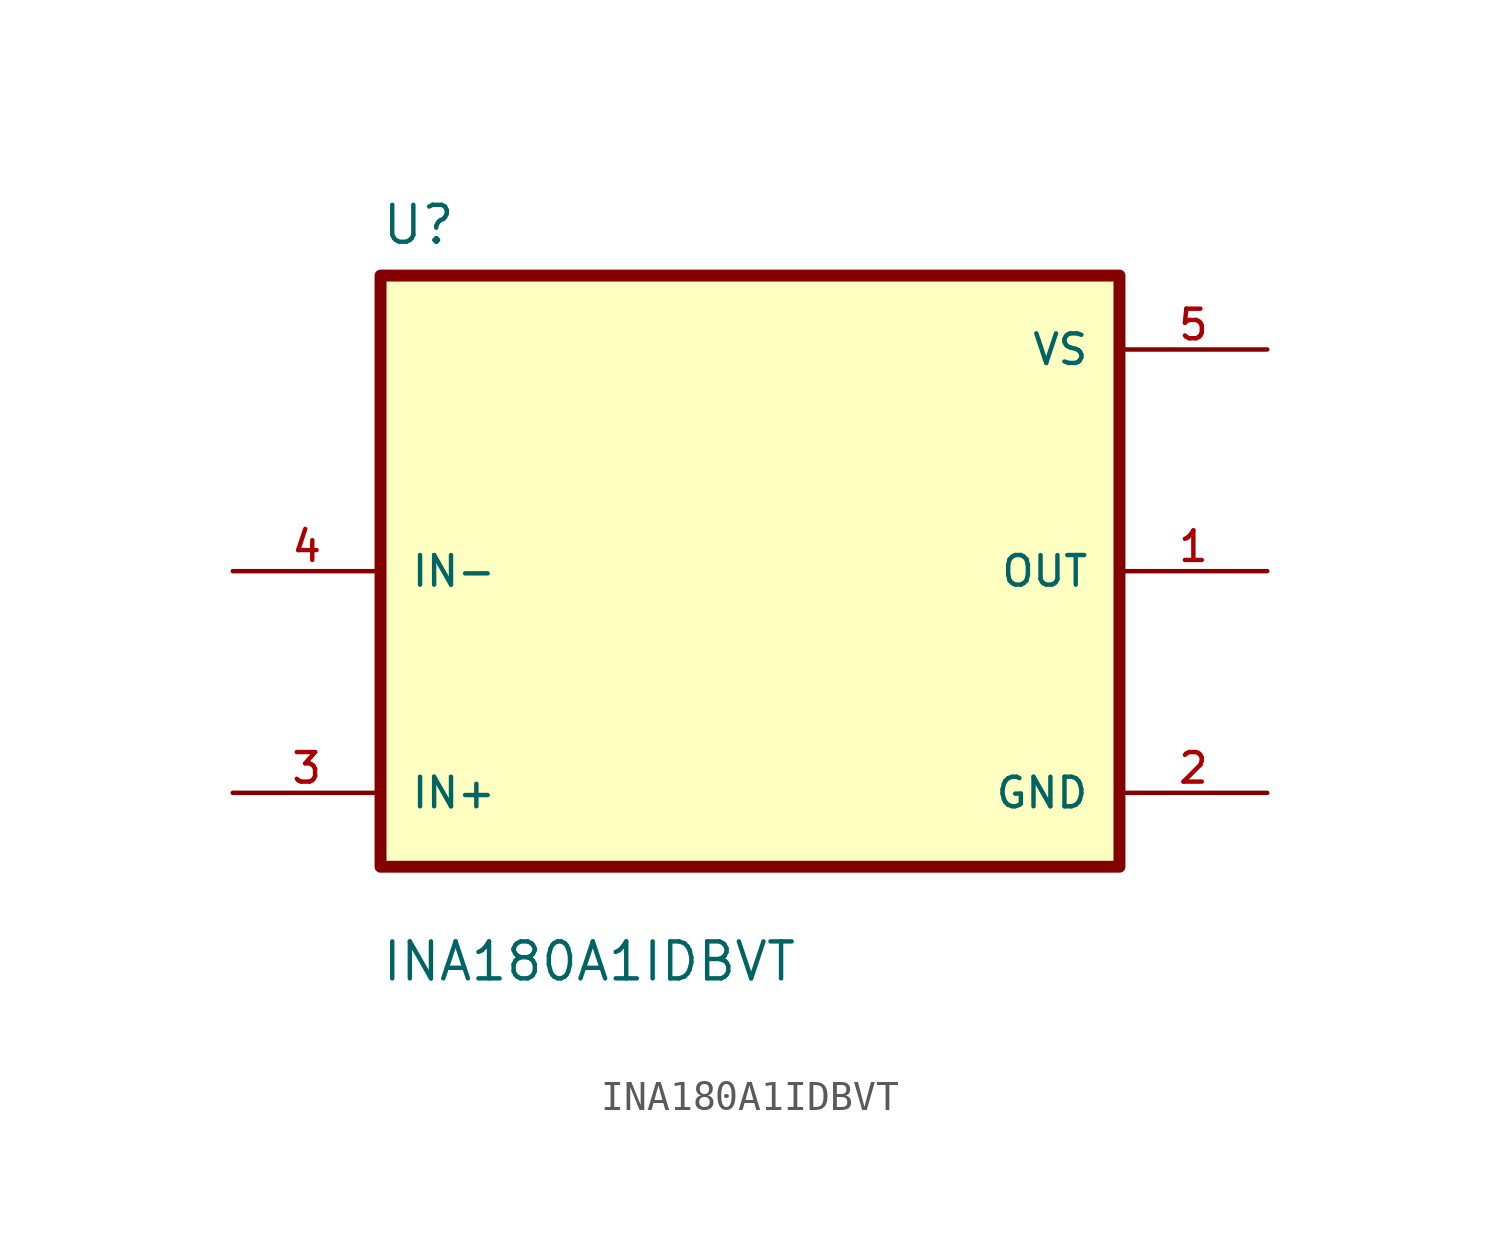
<source format=kicad_sym>
(kicad_symbol_lib
  (version 20231120)
  (generator "kicad_symbol_editor")
  (generator_version "8.0")
  (symbol "INA180A1IDBVT"
    (pin_names
      (offset 1.016))
    (property "Reference" "U"
      (at -12.7 11.16 0)
      (effects (font (size 1.27 1.27)) (justify left bottom)))
    (property "Value" "INA180A1IDBVT"
      (at -12.7 -14.16 0)
      (effects (font (size 1.27 1.27)) (justify left bottom)))
    (symbol "INA180A1IDBVT_0_0"
      (rectangle (start -12.7 10.16) (end 12.7 -10.16) (stroke (width 0.41) (type default)) (fill (type background)))
      (pin output line (at 17.78 0 180) (length 5.08) (name "OUT" (effects (font (size 1.016 1.016)))) (number "1" (effects (font (size 1.016 1.016)))))
      (pin power_in line (at 17.78 -7.62 180) (length 5.08) (name "GND" (effects (font (size 1.016 1.016)))) (number "2" (effects (font (size 1.016 1.016)))))
      (pin input line (at -17.78 -7.62 0) (length 5.08) (name "IN+" (effects (font (size 1.016 1.016)))) (number "3" (effects (font (size 1.016 1.016)))))
      (pin input line (at -17.78 0 0) (length 5.08) (name "IN-" (effects (font (size 1.016 1.016)))) (number "4" (effects (font (size 1.016 1.016)))))
      (pin power_in line (at 17.78 7.62 180) (length 5.08) (name "VS" (effects (font (size 1.016 1.016)))) (number "5" (effects (font (size 1.016 1.016))))))))
</source>
